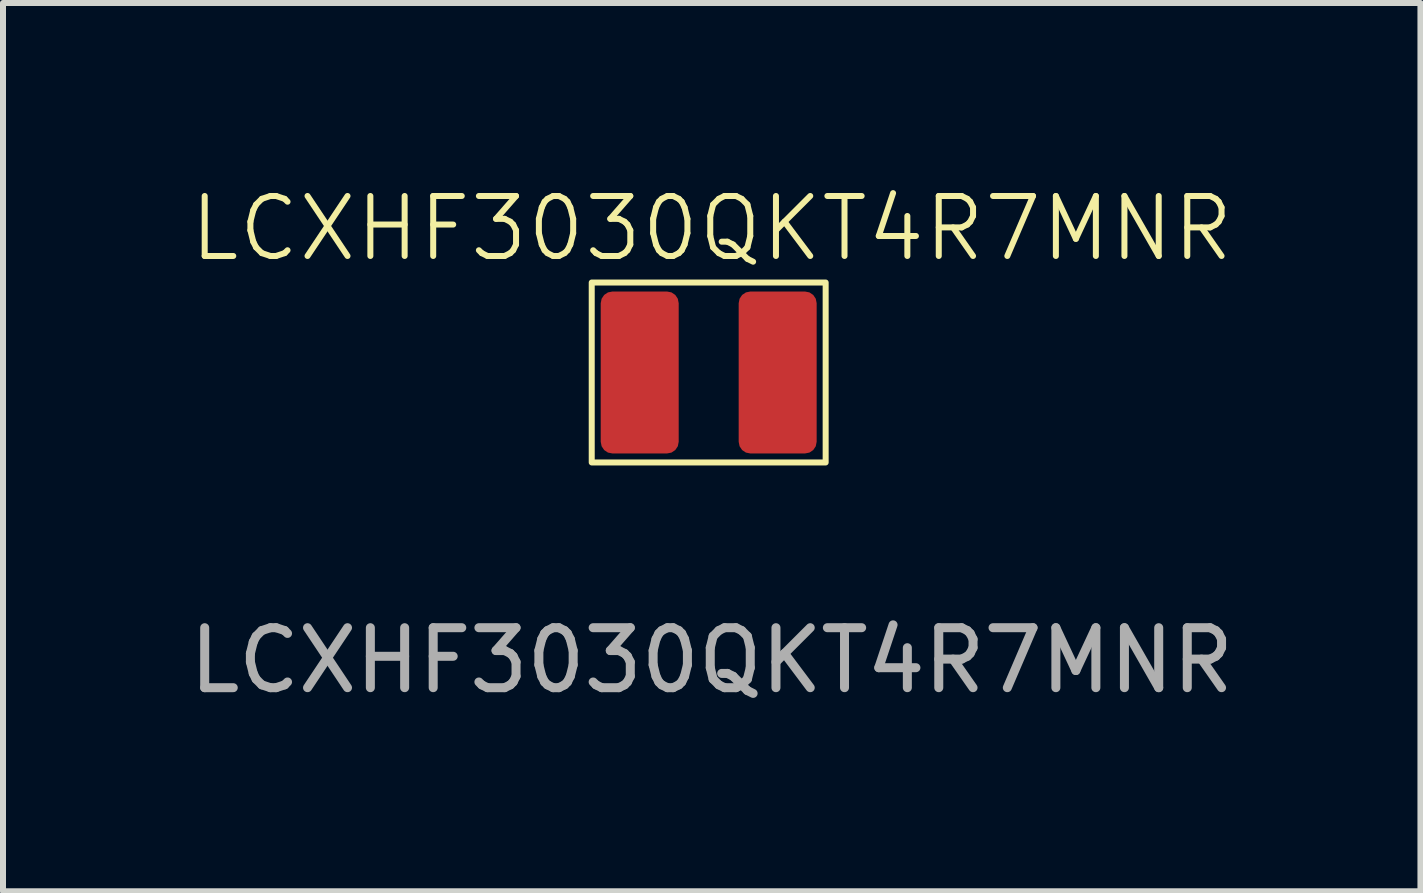
<source format=kicad_pcb>
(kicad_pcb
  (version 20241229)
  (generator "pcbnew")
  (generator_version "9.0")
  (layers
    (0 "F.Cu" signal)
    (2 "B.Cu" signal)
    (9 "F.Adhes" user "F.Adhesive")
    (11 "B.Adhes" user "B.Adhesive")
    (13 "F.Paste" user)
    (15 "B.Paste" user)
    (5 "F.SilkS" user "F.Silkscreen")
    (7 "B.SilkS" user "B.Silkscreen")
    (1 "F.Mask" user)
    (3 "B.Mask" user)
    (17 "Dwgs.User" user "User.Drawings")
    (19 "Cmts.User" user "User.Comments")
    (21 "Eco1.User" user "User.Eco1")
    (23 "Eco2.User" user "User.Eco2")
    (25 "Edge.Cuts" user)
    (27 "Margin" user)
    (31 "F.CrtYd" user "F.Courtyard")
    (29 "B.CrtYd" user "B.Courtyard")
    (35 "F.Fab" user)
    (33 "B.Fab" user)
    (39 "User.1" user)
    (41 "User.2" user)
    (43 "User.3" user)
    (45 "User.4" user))
  (footprint "LCXHF3030QKT4R7MNR"
    (layer "F.Cu")
    (at 8.815 3.16)
    (property "Reference" "LCXHF3030QKT4R7MNR" (at 0 -2.4 0) (unlocked yes) (layer "F.SilkS") (effects (font (size 1 1) (thickness 0.1))))
    (attr smd)
    (fp_rect (start -2 -1.5) (end 1.9 1.5) (stroke (width 0.1) (type default)) (fill no) (layer "F.SilkS"))
    (fp_text user "${REFERENCE}" (at 0 4.8 0) (unlocked yes) (layer "F.Fab") (effects (font (size 1 1) (thickness 0.15))))
    (pad "1" smd roundrect (at -1.2 0) (size 1.3 2.7) (layers "F.Cu" "F.Mask" "F.Paste") (roundrect_rratio 0.15))
    (pad "2" smd roundrect (at 1.1 0) (size 1.3 2.7) (layers "F.Cu" "F.Mask" "F.Paste") (roundrect_rratio 0.15)))
  (gr_rect
    (start -3 -3)
    (end 20.631 11.809)
    (stroke (width 0.1) (type default))
    (fill no)
    (layer "Edge.Cuts")))
</source>
